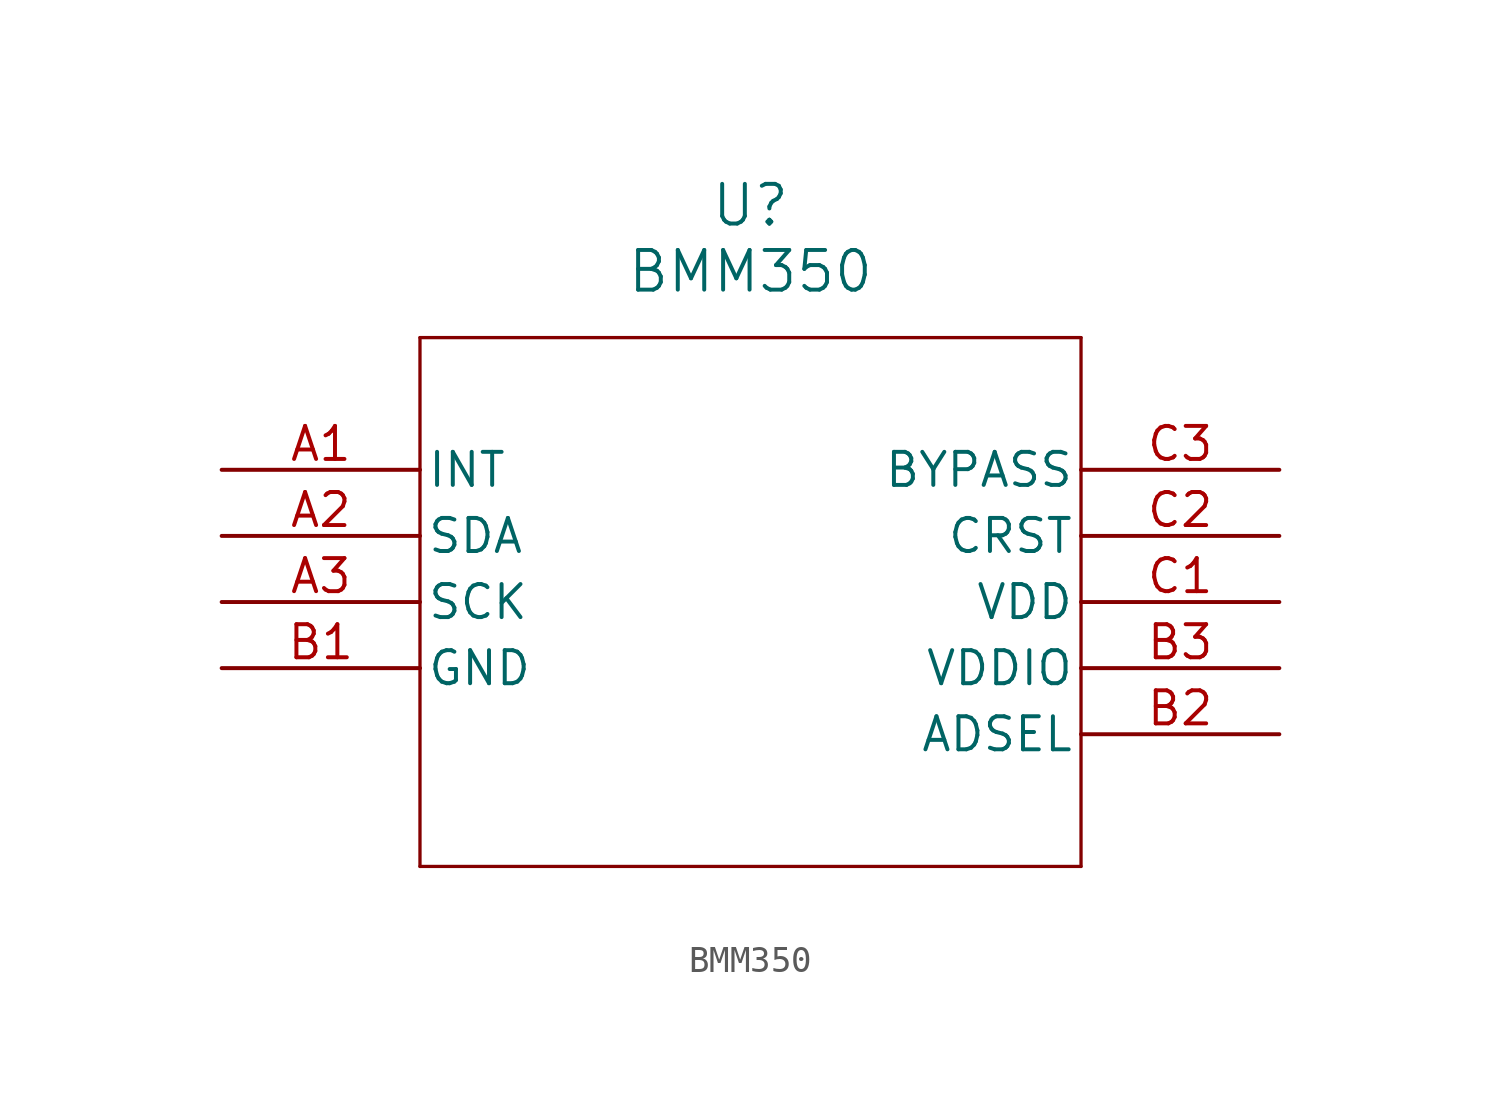
<source format=kicad_sym>
(kicad_symbol_lib
  (version 20211014)
  (generator kicad_symbol_editor)
  (symbol "BMM350"
    (pin_names
      (offset 0.254))
    (property "Reference" "U"
      (at 20.32 10.16 0)
      (effects (font (size 1.524 1.524))))
    (property "Value" "BMM350"
      (at 20.32 7.62 0)
      (effects (font (size 1.524 1.524))))
    (symbol "BMM350_0_1"
      (polyline (pts (xy 7.62 5.08) (xy 7.62 -15.24)) (stroke (width 0.127) (type default) (color 0 0 0 0)) (fill (type none)))
      (polyline (pts (xy 7.62 -15.24) (xy 33.02 -15.24)) (stroke (width 0.127) (type default) (color 0 0 0 0)) (fill (type none)))
      (polyline (pts (xy 33.02 -15.24) (xy 33.02 5.08)) (stroke (width 0.127) (type default) (color 0 0 0 0)) (fill (type none)))
      (polyline (pts (xy 33.02 5.08) (xy 7.62 5.08)) (stroke (width 0.127) (type default) (color 0 0 0 0)) (fill (type none)))
      (pin input line (at 0 0 0) (length 7.62) (name "INT" (effects (font (size 1.27 1.27)))) (number "A1" (effects (font (size 1.27 1.27)))))
      (pin unspecified line (at 0 -2.54 0) (length 7.62) (name "SDA" (effects (font (size 1.27 1.27)))) (number "A2" (effects (font (size 1.27 1.27)))))
      (pin unspecified line (at 0 -5.08 0) (length 7.62) (name "SCK" (effects (font (size 1.27 1.27)))) (number "A3" (effects (font (size 1.27 1.27)))))
      (pin power_out line (at 0 -7.62 0) (length 7.62) (name "GND" (effects (font (size 1.27 1.27)))) (number "B1" (effects (font (size 1.27 1.27)))))
      (pin unspecified line (at 40.64 -10.16 180) (length 7.62) (name "ADSEL" (effects (font (size 1.27 1.27)))) (number "B2" (effects (font (size 1.27 1.27)))))
      (pin power_in line (at 40.64 -7.62 180) (length 7.62) (name "VDDIO" (effects (font (size 1.27 1.27)))) (number "B3" (effects (font (size 1.27 1.27)))))
      (pin power_in line (at 40.64 -5.08 180) (length 7.62) (name "VDD" (effects (font (size 1.27 1.27)))) (number "C1" (effects (font (size 1.27 1.27)))))
      (pin unspecified line (at 40.64 -2.54 180) (length 7.62) (name "CRST" (effects (font (size 1.27 1.27)))) (number "C2" (effects (font (size 1.27 1.27)))))
      (pin power_out line (at 40.64 0 180) (length 7.62) (name "BYPASS" (effects (font (size 1.27 1.27)))) (number "C3" (effects (font (size 1.27 1.27))))))))
</source>
